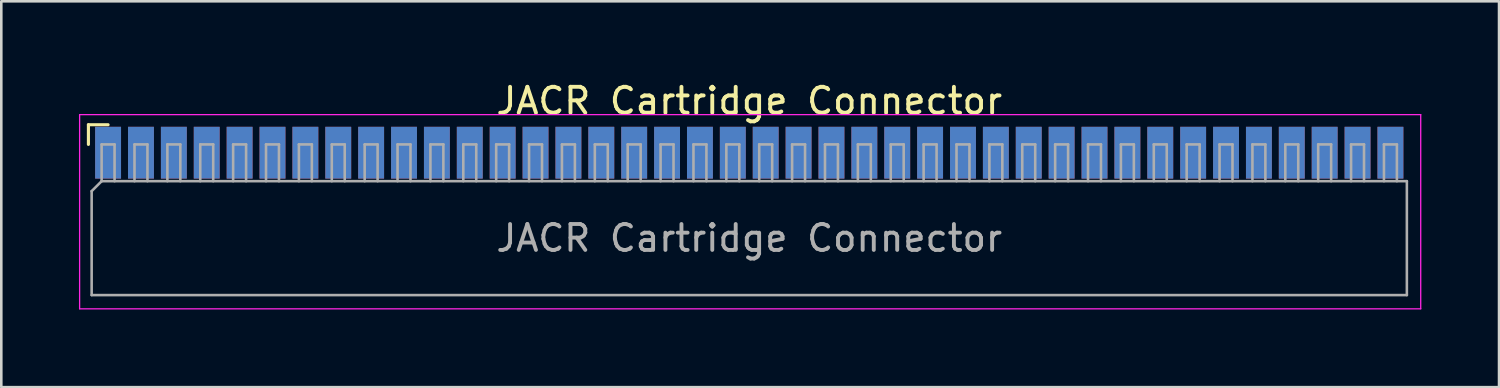
<source format=kicad_pcb>
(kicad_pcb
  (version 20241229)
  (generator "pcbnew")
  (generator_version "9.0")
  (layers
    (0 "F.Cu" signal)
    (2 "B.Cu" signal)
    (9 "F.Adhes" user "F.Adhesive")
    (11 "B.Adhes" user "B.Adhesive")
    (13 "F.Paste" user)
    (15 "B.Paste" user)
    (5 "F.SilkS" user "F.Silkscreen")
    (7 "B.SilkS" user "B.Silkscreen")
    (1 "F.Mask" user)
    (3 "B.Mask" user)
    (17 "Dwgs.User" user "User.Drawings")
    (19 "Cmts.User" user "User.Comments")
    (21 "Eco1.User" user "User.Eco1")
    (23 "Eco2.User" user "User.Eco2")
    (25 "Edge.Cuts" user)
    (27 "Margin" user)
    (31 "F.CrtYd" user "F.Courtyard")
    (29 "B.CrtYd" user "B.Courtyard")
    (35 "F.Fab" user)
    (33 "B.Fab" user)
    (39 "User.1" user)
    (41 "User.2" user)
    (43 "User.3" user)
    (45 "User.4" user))
  (footprint "JACR Cartridge Connector"
    (layer "F.Cu")
    (at 25.89 0.848)
    (property "Reference" "JACR Cartridge Connector" (at 0 0 0) (layer "F.SilkS") (effects (font (size 1 1) (thickness 0.15))))
    (attr smd)
    (fp_line (start -25.525 0.92) (end -24.765 0.92) (stroke (width 0.12) (type solid)) (layer "F.SilkS"))
    (fp_line (start -25.525 1.68) (end -25.525 0.92) (stroke (width 0.12) (type solid)) (layer "F.SilkS"))
    (fp_line (start -25.865 0.53) (end -25.865 8.03) (stroke (width 0.05) (type solid)) (layer "F.CrtYd"))
    (fp_line (start -25.865 8.03) (end 25.935 8.03) (stroke (width 0.05) (type solid)) (layer "F.CrtYd"))
    (fp_line (start 25.935 0.53) (end -25.865 0.53) (stroke (width 0.05) (type solid)) (layer "F.CrtYd"))
    (fp_line (start 25.935 8.03) (end 25.935 0.53) (stroke (width 0.05) (type solid)) (layer "F.CrtYd"))
    (fp_line (start -25.4 3.485) (end -25.015 3.1) (stroke (width 0.1) (type solid)) (layer "F.Fab"))
    (fp_line (start -25.4 7.5) (end -25.4 3.485) (stroke (width 0.1) (type solid)) (layer "F.Fab"))
    (fp_line (start -25.015 1.68) (end -25.015 3.1) (stroke (width 0.1) (type solid)) (layer "F.Fab"))
    (fp_line (start -25.015 3.1) (end 25.4 3.1) (stroke (width 0.1) (type solid)) (layer "F.Fab"))
    (fp_line (start -24.515 1.68) (end -25.015 1.68) (stroke (width 0.1) (type solid)) (layer "F.Fab"))
    (fp_line (start -24.515 3.1) (end -24.515 1.68) (stroke (width 0.1) (type solid)) (layer "F.Fab"))
    (fp_line (start -23.745 1.68) (end -23.745 3.1) (stroke (width 0.1) (type solid)) (layer "F.Fab"))
    (fp_line (start -23.245 1.68) (end -23.745 1.68) (stroke (width 0.1) (type solid)) (layer "F.Fab"))
    (fp_line (start -23.245 3.1) (end -23.245 1.68) (stroke (width 0.1) (type solid)) (layer "F.Fab"))
    (fp_line (start -22.475 1.68) (end -22.475 3.1) (stroke (width 0.1) (type solid)) (layer "F.Fab"))
    (fp_line (start -21.975 1.68) (end -22.475 1.68) (stroke (width 0.1) (type solid)) (layer "F.Fab"))
    (fp_line (start -21.975 3.1) (end -21.975 1.68) (stroke (width 0.1) (type solid)) (layer "F.Fab"))
    (fp_line (start -21.205 1.68) (end -21.205 3.1) (stroke (width 0.1) (type solid)) (layer "F.Fab"))
    (fp_line (start -20.705 1.68) (end -21.205 1.68) (stroke (width 0.1) (type solid)) (layer "F.Fab"))
    (fp_line (start -20.705 3.1) (end -20.705 1.68) (stroke (width 0.1) (type solid)) (layer "F.Fab"))
    (fp_line (start -19.935 1.68) (end -19.935 3.1) (stroke (width 0.1) (type solid)) (layer "F.Fab"))
    (fp_line (start -19.435 1.68) (end -19.935 1.68) (stroke (width 0.1) (type solid)) (layer "F.Fab"))
    (fp_line (start -19.435 3.1) (end -19.435 1.68) (stroke (width 0.1) (type solid)) (layer "F.Fab"))
    (fp_line (start -18.665 1.68) (end -18.665 3.1) (stroke (width 0.1) (type solid)) (layer "F.Fab"))
    (fp_line (start -18.165 1.68) (end -18.665 1.68) (stroke (width 0.1) (type solid)) (layer "F.Fab"))
    (fp_line (start -18.165 3.1) (end -18.165 1.68) (stroke (width 0.1) (type solid)) (layer "F.Fab"))
    (fp_line (start -17.395 1.68) (end -17.395 3.1) (stroke (width 0.1) (type solid)) (layer "F.Fab"))
    (fp_line (start -16.895 1.68) (end -17.395 1.68) (stroke (width 0.1) (type solid)) (layer "F.Fab"))
    (fp_line (start -16.895 3.1) (end -16.895 1.68) (stroke (width 0.1) (type solid)) (layer "F.Fab"))
    (fp_line (start -16.125 1.68) (end -16.125 3.1) (stroke (width 0.1) (type solid)) (layer "F.Fab"))
    (fp_line (start -15.625 1.68) (end -16.125 1.68) (stroke (width 0.1) (type solid)) (layer "F.Fab"))
    (fp_line (start -15.625 3.1) (end -15.625 1.68) (stroke (width 0.1) (type solid)) (layer "F.Fab"))
    (fp_line (start -14.855 1.68) (end -14.855 3.1) (stroke (width 0.1) (type solid)) (layer "F.Fab"))
    (fp_line (start -14.355 1.68) (end -14.855 1.68) (stroke (width 0.1) (type solid)) (layer "F.Fab"))
    (fp_line (start -14.355 3.1) (end -14.355 1.68) (stroke (width 0.1) (type solid)) (layer "F.Fab"))
    (fp_line (start -13.585 1.68) (end -13.585 3.1) (stroke (width 0.1) (type solid)) (layer "F.Fab"))
    (fp_line (start -13.085 1.68) (end -13.585 1.68) (stroke (width 0.1) (type solid)) (layer "F.Fab"))
    (fp_line (start -13.085 3.1) (end -13.085 1.68) (stroke (width 0.1) (type solid)) (layer "F.Fab"))
    (fp_line (start -12.315 1.68) (end -12.315 3.1) (stroke (width 0.1) (type solid)) (layer "F.Fab"))
    (fp_line (start -11.815 1.68) (end -12.315 1.68) (stroke (width 0.1) (type solid)) (layer "F.Fab"))
    (fp_line (start -11.815 3.1) (end -11.815 1.68) (stroke (width 0.1) (type solid)) (layer "F.Fab"))
    (fp_line (start -11.045 1.68) (end -11.045 3.1) (stroke (width 0.1) (type solid)) (layer "F.Fab"))
    (fp_line (start -10.545 1.68) (end -11.045 1.68) (stroke (width 0.1) (type solid)) (layer "F.Fab"))
    (fp_line (start -10.545 3.1) (end -10.545 1.68) (stroke (width 0.1) (type solid)) (layer "F.Fab"))
    (fp_line (start -9.775 1.68) (end -9.775 3.1) (stroke (width 0.1) (type solid)) (layer "F.Fab"))
    (fp_line (start -9.275 1.68) (end -9.775 1.68) (stroke (width 0.1) (type solid)) (layer "F.Fab"))
    (fp_line (start -9.275 3.1) (end -9.275 1.68) (stroke (width 0.1) (type solid)) (layer "F.Fab"))
    (fp_line (start -8.505 1.68) (end -8.505 3.1) (stroke (width 0.1) (type solid)) (layer "F.Fab"))
    (fp_line (start -8.005 1.68) (end -8.505 1.68) (stroke (width 0.1) (type solid)) (layer "F.Fab"))
    (fp_line (start -8.005 3.1) (end -8.005 1.68) (stroke (width 0.1) (type solid)) (layer "F.Fab"))
    (fp_line (start -7.235 1.68) (end -7.235 3.1) (stroke (width 0.1) (type solid)) (layer "F.Fab"))
    (fp_line (start -6.735 1.68) (end -7.235 1.68) (stroke (width 0.1) (type solid)) (layer "F.Fab"))
    (fp_line (start -6.735 3.1) (end -6.735 1.68) (stroke (width 0.1) (type solid)) (layer "F.Fab"))
    (fp_line (start -5.965 1.68) (end -5.965 3.1) (stroke (width 0.1) (type solid)) (layer "F.Fab"))
    (fp_line (start -5.465 1.68) (end -5.965 1.68) (stroke (width 0.1) (type solid)) (layer "F.Fab"))
    (fp_line (start -5.465 3.1) (end -5.465 1.68) (stroke (width 0.1) (type solid)) (layer "F.Fab"))
    (fp_line (start -4.695 1.68) (end -4.695 3.1) (stroke (width 0.1) (type solid)) (layer "F.Fab"))
    (fp_line (start -4.195 1.68) (end -4.695 1.68) (stroke (width 0.1) (type solid)) (layer "F.Fab"))
    (fp_line (start -4.195 3.1) (end -4.195 1.68) (stroke (width 0.1) (type solid)) (layer "F.Fab"))
    (fp_line (start -3.425 1.68) (end -3.425 3.1) (stroke (width 0.1) (type solid)) (layer "F.Fab"))
    (fp_line (start -2.925 1.68) (end -3.425 1.68) (stroke (width 0.1) (type solid)) (layer "F.Fab"))
    (fp_line (start -2.925 3.1) (end -2.925 1.68) (stroke (width 0.1) (type solid)) (layer "F.Fab"))
    (fp_line (start -2.155 1.68) (end -2.155 3.1) (stroke (width 0.1) (type solid)) (layer "F.Fab"))
    (fp_line (start -1.655 1.68) (end -2.155 1.68) (stroke (width 0.1) (type solid)) (layer "F.Fab"))
    (fp_line (start -1.655 3.1) (end -1.655 1.68) (stroke (width 0.1) (type solid)) (layer "F.Fab"))
    (fp_line (start -0.885 1.68) (end -0.885 3.1) (stroke (width 0.1) (type solid)) (layer "F.Fab"))
    (fp_line (start -0.385 1.68) (end -0.885 1.68) (stroke (width 0.1) (type solid)) (layer "F.Fab"))
    (fp_line (start -0.385 3.1) (end -0.385 1.68) (stroke (width 0.1) (type solid)) (layer "F.Fab"))
    (fp_line (start 0.385 1.68) (end 0.385 3.1) (stroke (width 0.1) (type solid)) (layer "F.Fab"))
    (fp_line (start 0.885 1.68) (end 0.385 1.68) (stroke (width 0.1) (type solid)) (layer "F.Fab"))
    (fp_line (start 0.885 3.1) (end 0.885 1.68) (stroke (width 0.1) (type solid)) (layer "F.Fab"))
    (fp_line (start 1.655 1.68) (end 1.655 3.1) (stroke (width 0.1) (type solid)) (layer "F.Fab"))
    (fp_line (start 2.155 1.68) (end 1.655 1.68) (stroke (width 0.1) (type solid)) (layer "F.Fab"))
    (fp_line (start 2.155 3.1) (end 2.155 1.68) (stroke (width 0.1) (type solid)) (layer "F.Fab"))
    (fp_line (start 2.925 1.68) (end 2.925 3.1) (stroke (width 0.1) (type solid)) (layer "F.Fab"))
    (fp_line (start 3.425 1.68) (end 2.925 1.68) (stroke (width 0.1) (type solid)) (layer "F.Fab"))
    (fp_line (start 3.425 3.1) (end 3.425 1.68) (stroke (width 0.1) (type solid)) (layer "F.Fab"))
    (fp_line (start 4.195 1.68) (end 4.195 3.1) (stroke (width 0.1) (type solid)) (layer "F.Fab"))
    (fp_line (start 4.695 1.68) (end 4.195 1.68) (stroke (width 0.1) (type solid)) (layer "F.Fab"))
    (fp_line (start 4.695 3.1) (end 4.695 1.68) (stroke (width 0.1) (type solid)) (layer "F.Fab"))
    (fp_line (start 5.465 1.68) (end 5.465 3.1) (stroke (width 0.1) (type solid)) (layer "F.Fab"))
    (fp_line (start 5.965 1.68) (end 5.465 1.68) (stroke (width 0.1) (type solid)) (layer "F.Fab"))
    (fp_line (start 5.965 3.1) (end 5.965 1.68) (stroke (width 0.1) (type solid)) (layer "F.Fab"))
    (fp_line (start 6.735 1.68) (end 6.735 3.1) (stroke (width 0.1) (type solid)) (layer "F.Fab"))
    (fp_line (start 7.235 1.68) (end 6.735 1.68) (stroke (width 0.1) (type solid)) (layer "F.Fab"))
    (fp_line (start 7.235 3.1) (end 7.235 1.68) (stroke (width 0.1) (type solid)) (layer "F.Fab"))
    (fp_line (start 8.005 1.68) (end 8.005 3.1) (stroke (width 0.1) (type solid)) (layer "F.Fab"))
    (fp_line (start 8.505 1.68) (end 8.005 1.68) (stroke (width 0.1) (type solid)) (layer "F.Fab"))
    (fp_line (start 8.505 3.1) (end 8.505 1.68) (stroke (width 0.1) (type solid)) (layer "F.Fab"))
    (fp_line (start 9.275 1.68) (end 9.275 3.1) (stroke (width 0.1) (type solid)) (layer "F.Fab"))
    (fp_line (start 9.775 1.68) (end 9.275 1.68) (stroke (width 0.1) (type solid)) (layer "F.Fab"))
    (fp_line (start 9.775 3.1) (end 9.775 1.68) (stroke (width 0.1) (type solid)) (layer "F.Fab"))
    (fp_line (start 10.545 1.68) (end 10.545 3.1) (stroke (width 0.1) (type solid)) (layer "F.Fab"))
    (fp_line (start 11.045 1.68) (end 10.545 1.68) (stroke (width 0.1) (type solid)) (layer "F.Fab"))
    (fp_line (start 11.045 3.1) (end 11.045 1.68) (stroke (width 0.1) (type solid)) (layer "F.Fab"))
    (fp_line (start 11.815 1.68) (end 11.815 3.1) (stroke (width 0.1) (type solid)) (layer "F.Fab"))
    (fp_line (start 12.315 1.68) (end 11.815 1.68) (stroke (width 0.1) (type solid)) (layer "F.Fab"))
    (fp_line (start 12.315 3.1) (end 12.315 1.68) (stroke (width 0.1) (type solid)) (layer "F.Fab"))
    (fp_line (start 13.085 1.68) (end 13.085 3.1) (stroke (width 0.1) (type solid)) (layer "F.Fab"))
    (fp_line (start 13.585 1.68) (end 13.085 1.68) (stroke (width 0.1) (type solid)) (layer "F.Fab"))
    (fp_line (start 13.585 3.1) (end 13.585 1.68) (stroke (width 0.1) (type solid)) (layer "F.Fab"))
    (fp_line (start 14.355 1.68) (end 14.355 3.1) (stroke (width 0.1) (type solid)) (layer "F.Fab"))
    (fp_line (start 14.855 1.68) (end 14.355 1.68) (stroke (width 0.1) (type solid)) (layer "F.Fab"))
    (fp_line (start 14.855 3.1) (end 14.855 1.68) (stroke (width 0.1) (type solid)) (layer "F.Fab"))
    (fp_line (start 15.625 1.68) (end 15.625 3.1) (stroke (width 0.1) (type solid)) (layer "F.Fab"))
    (fp_line (start 16.125 1.68) (end 15.625 1.68) (stroke (width 0.1) (type solid)) (layer "F.Fab"))
    (fp_line (start 16.125 3.1) (end 16.125 1.68) (stroke (width 0.1) (type solid)) (layer "F.Fab"))
    (fp_line (start 16.895 1.68) (end 16.895 3.1) (stroke (width 0.1) (type solid)) (layer "F.Fab"))
    (fp_line (start 17.395 1.68) (end 16.895 1.68) (stroke (width 0.1) (type solid)) (layer "F.Fab"))
    (fp_line (start 17.395 3.1) (end 17.395 1.68) (stroke (width 0.1) (type solid)) (layer "F.Fab"))
    (fp_line (start 18.165 1.68) (end 18.165 3.1) (stroke (width 0.1) (type solid)) (layer "F.Fab"))
    (fp_line (start 18.665 1.68) (end 18.165 1.68) (stroke (width 0.1) (type solid)) (layer "F.Fab"))
    (fp_line (start 18.665 3.1) (end 18.665 1.68) (stroke (width 0.1) (type solid)) (layer "F.Fab"))
    (fp_line (start 19.435 1.68) (end 19.435 3.1) (stroke (width 0.1) (type solid)) (layer "F.Fab"))
    (fp_line (start 19.935 1.68) (end 19.435 1.68) (stroke (width 0.1) (type solid)) (layer "F.Fab"))
    (fp_line (start 19.935 3.1) (end 19.935 1.68) (stroke (width 0.1) (type solid)) (layer "F.Fab"))
    (fp_line (start 20.705 1.68) (end 20.705 3.1) (stroke (width 0.1) (type solid)) (layer "F.Fab"))
    (fp_line (start 21.205 1.68) (end 20.705 1.68) (stroke (width 0.1) (type solid)) (layer "F.Fab"))
    (fp_line (start 21.205 3.1) (end 21.205 1.68) (stroke (width 0.1) (type solid)) (layer "F.Fab"))
    (fp_line (start 21.975 1.68) (end 21.975 3.1) (stroke (width 0.1) (type solid)) (layer "F.Fab"))
    (fp_line (start 22.475 1.68) (end 21.975 1.68) (stroke (width 0.1) (type solid)) (layer "F.Fab"))
    (fp_line (start 22.475 3.1) (end 22.475 1.68) (stroke (width 0.1) (type solid)) (layer "F.Fab"))
    (fp_line (start 23.245 1.68) (end 23.245 3.1) (stroke (width 0.1) (type solid)) (layer "F.Fab"))
    (fp_line (start 23.745 1.68) (end 23.245 1.68) (stroke (width 0.1) (type solid)) (layer "F.Fab"))
    (fp_line (start 23.745 3.1) (end 23.745 1.68) (stroke (width 0.1) (type solid)) (layer "F.Fab"))
    (fp_line (start 24.515 1.68) (end 24.515 3.1) (stroke (width 0.1) (type solid)) (layer "F.Fab"))
    (fp_line (start 25.015 1.68) (end 24.515 1.68) (stroke (width 0.1) (type solid)) (layer "F.Fab"))
    (fp_line (start 25.015 3.1) (end 25.015 1.68) (stroke (width 0.1) (type solid)) (layer "F.Fab"))
    (fp_line (start 25.4 3.1) (end 25.4 7.5) (stroke (width 0.1) (type solid)) (layer "F.Fab"))
    (fp_line (start 25.4 7.5) (end -25.4 7.5) (stroke (width 0.1) (type solid)) (layer "F.Fab"))
    (fp_text user "${REFERENCE}" (at 0 5.3 180) (layer "F.Fab") (effects (font (size 1 1) (thickness 0.15))))
    (pad "1" smd rect (at -24.765 2 90) (size 2 1) (layers "F.Cu" "F.Mask" "F.Paste"))
    (pad "2" smd rect (at -24.765 2 90) (size 2 1) (layers "B.Cu" "B.Mask" "B.Paste"))
    (pad "3" smd rect (at -23.495 2 90) (size 2 1) (layers "F.Cu" "F.Mask" "F.Paste"))
    (pad "4" smd rect (at -23.495 2 90) (size 2 1) (layers "B.Cu" "B.Mask" "B.Paste"))
    (pad "5" smd rect (at -22.225 2 90) (size 2 1) (layers "F.Cu" "F.Mask" "F.Paste"))
    (pad "6" smd rect (at -22.225 2 90) (size 2 1) (layers "B.Cu" "B.Mask" "B.Paste"))
    (pad "7" smd rect (at -20.955 2 90) (size 2 1) (layers "F.Cu" "F.Mask" "F.Paste"))
    (pad "8" smd rect (at -20.955 2 90) (size 2 1) (layers "B.Cu" "B.Mask" "B.Paste"))
    (pad "9" smd rect (at -19.685 2 90) (size 2 1) (layers "F.Cu" "F.Mask" "F.Paste"))
    (pad "10" smd rect (at -19.685 2 90) (size 2 1) (layers "B.Cu" "B.Mask" "B.Paste"))
    (pad "11" smd rect (at -18.415 2 90) (size 2 1) (layers "F.Cu" "F.Mask" "F.Paste"))
    (pad "12" smd rect (at -18.415 2 90) (size 2 1) (layers "B.Cu" "B.Mask" "B.Paste"))
    (pad "13" smd rect (at -17.145 2 90) (size 2 1) (layers "F.Cu" "F.Mask" "F.Paste"))
    (pad "14" smd rect (at -17.145 2 90) (size 2 1) (layers "B.Cu" "B.Mask" "B.Paste"))
    (pad "15" smd rect (at -15.875 2 90) (size 2 1) (layers "F.Cu" "F.Mask" "F.Paste"))
    (pad "16" smd rect (at -15.875 2 90) (size 2 1) (layers "B.Cu" "B.Mask" "B.Paste"))
    (pad "17" smd rect (at -14.605 2 90) (size 2 1) (layers "F.Cu" "F.Mask" "F.Paste"))
    (pad "18" smd rect (at -14.605 2 90) (size 2 1) (layers "B.Cu" "B.Mask" "B.Paste"))
    (pad "19" smd rect (at -13.335 2 90) (size 2 1) (layers "F.Cu" "F.Mask" "F.Paste"))
    (pad "20" smd rect (at -13.335 2 90) (size 2 1) (layers "B.Cu" "B.Mask" "B.Paste"))
    (pad "21" smd rect (at -12.065 2 90) (size 2 1) (layers "F.Cu" "F.Mask" "F.Paste"))
    (pad "22" smd rect (at -12.065 2 90) (size 2 1) (layers "B.Cu" "B.Mask" "B.Paste"))
    (pad "23" smd rect (at -10.795 2 90) (size 2 1) (layers "F.Cu" "F.Mask" "F.Paste"))
    (pad "24" smd rect (at -10.795 2 90) (size 2 1) (layers "B.Cu" "B.Mask" "B.Paste"))
    (pad "25" smd rect (at -9.525 2 90) (size 2 1) (layers "F.Cu" "F.Mask" "F.Paste"))
    (pad "26" smd rect (at -9.525 2 90) (size 2 1) (layers "B.Cu" "B.Mask" "B.Paste"))
    (pad "27" smd rect (at -8.255 2 90) (size 2 1) (layers "F.Cu" "F.Mask" "F.Paste"))
    (pad "28" smd rect (at -8.255 2 90) (size 2 1) (layers "B.Cu" "B.Mask" "B.Paste"))
    (pad "29" smd rect (at -6.985 2 90) (size 2 1) (layers "F.Cu" "F.Mask" "F.Paste"))
    (pad "30" smd rect (at -6.985 2 90) (size 2 1) (layers "B.Cu" "B.Mask" "B.Paste"))
    (pad "31" smd rect (at -5.715 2 90) (size 2 1) (layers "F.Cu" "F.Mask" "F.Paste"))
    (pad "32" smd rect (at -5.715 2 90) (size 2 1) (layers "B.Cu" "B.Mask" "B.Paste"))
    (pad "33" smd rect (at -4.445 2 90) (size 2 1) (layers "F.Cu" "F.Mask" "F.Paste"))
    (pad "34" smd rect (at -4.445 2 90) (size 2 1) (layers "B.Cu" "B.Mask" "B.Paste"))
    (pad "35" smd rect (at -3.175 2 90) (size 2 1) (layers "F.Cu" "F.Mask" "F.Paste"))
    (pad "36" smd rect (at -3.175 2 90) (size 2 1) (layers "B.Cu" "B.Mask" "B.Paste"))
    (pad "37" smd rect (at -1.905 2 90) (size 2 1) (layers "F.Cu" "F.Mask" "F.Paste"))
    (pad "38" smd rect (at -1.905 2 90) (size 2 1) (layers "B.Cu" "B.Mask" "B.Paste"))
    (pad "39" smd rect (at -0.635 2 90) (size 2 1) (layers "F.Cu" "F.Mask" "F.Paste"))
    (pad "40" smd rect (at -0.635 2 90) (size 2 1) (layers "B.Cu" "B.Mask" "B.Paste"))
    (pad "41" smd rect (at 0.635 2 90) (size 2 1) (layers "F.Cu" "F.Mask" "F.Paste"))
    (pad "42" smd rect (at 0.635 2 90) (size 2 1) (layers "B.Cu" "B.Mask" "B.Paste"))
    (pad "43" smd rect (at 1.905 2 90) (size 2 1) (layers "F.Cu" "F.Mask" "F.Paste"))
    (pad "44" smd rect (at 1.905 2 90) (size 2 1) (layers "B.Cu" "B.Mask" "B.Paste"))
    (pad "45" smd rect (at 3.175 2 90) (size 2 1) (layers "F.Cu" "F.Mask" "F.Paste"))
    (pad "46" smd rect (at 3.175 2 90) (size 2 1) (layers "B.Cu" "B.Mask" "B.Paste"))
    (pad "47" smd rect (at 4.445 2 90) (size 2 1) (layers "F.Cu" "F.Mask" "F.Paste"))
    (pad "48" smd rect (at 4.445 2 90) (size 2 1) (layers "B.Cu" "B.Mask" "B.Paste"))
    (pad "49" smd rect (at 5.715 2 90) (size 2 1) (layers "F.Cu" "F.Mask" "F.Paste"))
    (pad "50" smd rect (at 5.715 2 90) (size 2 1) (layers "B.Cu" "B.Mask" "B.Paste"))
    (pad "51" smd rect (at 6.985 2 90) (size 2 1) (layers "F.Cu" "F.Mask" "F.Paste"))
    (pad "52" smd rect (at 6.985 2 90) (size 2 1) (layers "B.Cu" "B.Mask" "B.Paste"))
    (pad "53" smd rect (at 8.255 2 90) (size 2 1) (layers "F.Cu" "F.Mask" "F.Paste"))
    (pad "54" smd rect (at 8.255 2 90) (size 2 1) (layers "B.Cu" "B.Mask" "B.Paste"))
    (pad "55" smd rect (at 9.525 2 90) (size 2 1) (layers "F.Cu" "F.Mask" "F.Paste"))
    (pad "56" smd rect (at 9.525 2 90) (size 2 1) (layers "B.Cu" "B.Mask" "B.Paste"))
    (pad "57" smd rect (at 10.795 2 90) (size 2 1) (layers "F.Cu" "F.Mask" "F.Paste"))
    (pad "58" smd rect (at 10.795 2 90) (size 2 1) (layers "B.Cu" "B.Mask" "B.Paste"))
    (pad "59" smd rect (at 12.065 2 90) (size 2 1) (layers "F.Cu" "F.Mask" "F.Paste"))
    (pad "60" smd rect (at 12.065 2 90) (size 2 1) (layers "B.Cu" "B.Mask" "B.Paste"))
    (pad "61" smd rect (at 13.335 2 90) (size 2 1) (layers "F.Cu" "F.Mask" "F.Paste"))
    (pad "62" smd rect (at 13.335 2 90) (size 2 1) (layers "B.Cu" "B.Mask" "B.Paste"))
    (pad "63" smd rect (at 14.605 2 90) (size 2 1) (layers "F.Cu" "F.Mask" "F.Paste"))
    (pad "64" smd rect (at 14.605 2 90) (size 2 1) (layers "B.Cu" "B.Mask" "B.Paste"))
    (pad "65" smd rect (at 15.875 2 90) (size 2 1) (layers "F.Cu" "F.Mask" "F.Paste"))
    (pad "66" smd rect (at 15.875 2 90) (size 2 1) (layers "B.Cu" "B.Mask" "B.Paste"))
    (pad "67" smd rect (at 17.145 2 90) (size 2 1) (layers "F.Cu" "F.Mask" "F.Paste"))
    (pad "68" smd rect (at 17.145 2 90) (size 2 1) (layers "B.Cu" "B.Mask" "B.Paste"))
    (pad "69" smd rect (at 18.415 2 90) (size 2 1) (layers "F.Cu" "F.Mask" "F.Paste"))
    (pad "70" smd rect (at 18.415 2 90) (size 2 1) (layers "B.Cu" "B.Mask" "B.Paste"))
    (pad "71" smd rect (at 19.685 2 90) (size 2 1) (layers "F.Cu" "F.Mask" "F.Paste"))
    (pad "72" smd rect (at 19.685 2 90) (size 2 1) (layers "B.Cu" "B.Mask" "B.Paste"))
    (pad "73" smd rect (at 20.955 2 90) (size 2 1) (layers "F.Cu" "F.Mask" "F.Paste"))
    (pad "74" smd rect (at 20.955 2 90) (size 2 1) (layers "B.Cu" "B.Mask" "B.Paste"))
    (pad "75" smd rect (at 22.225 2 90) (size 2 1) (layers "F.Cu" "F.Mask" "F.Paste"))
    (pad "76" smd rect (at 22.225 2 90) (size 2 1) (layers "B.Cu" "B.Mask" "B.Paste"))
    (pad "77" smd rect (at 23.495 2 90) (size 2 1) (layers "F.Cu" "F.Mask" "F.Paste"))
    (pad "78" smd rect (at 23.495 2 90) (size 2 1) (layers "B.Cu" "B.Mask" "B.Paste"))
    (pad "79" smd rect (at 24.765 2 90) (size 2 1) (layers "F.Cu" "F.Mask" "F.Paste"))
    (pad "80" smd rect (at 24.765 2 90) (size 2 1) (layers "B.Cu" "B.Mask" "B.Paste")))
  (gr_rect
    (start -3 -3)
    (end 54.85 11.903)
    (stroke (width 0.1) (type default))
    (fill no)
    (layer "Edge.Cuts")))
</source>
